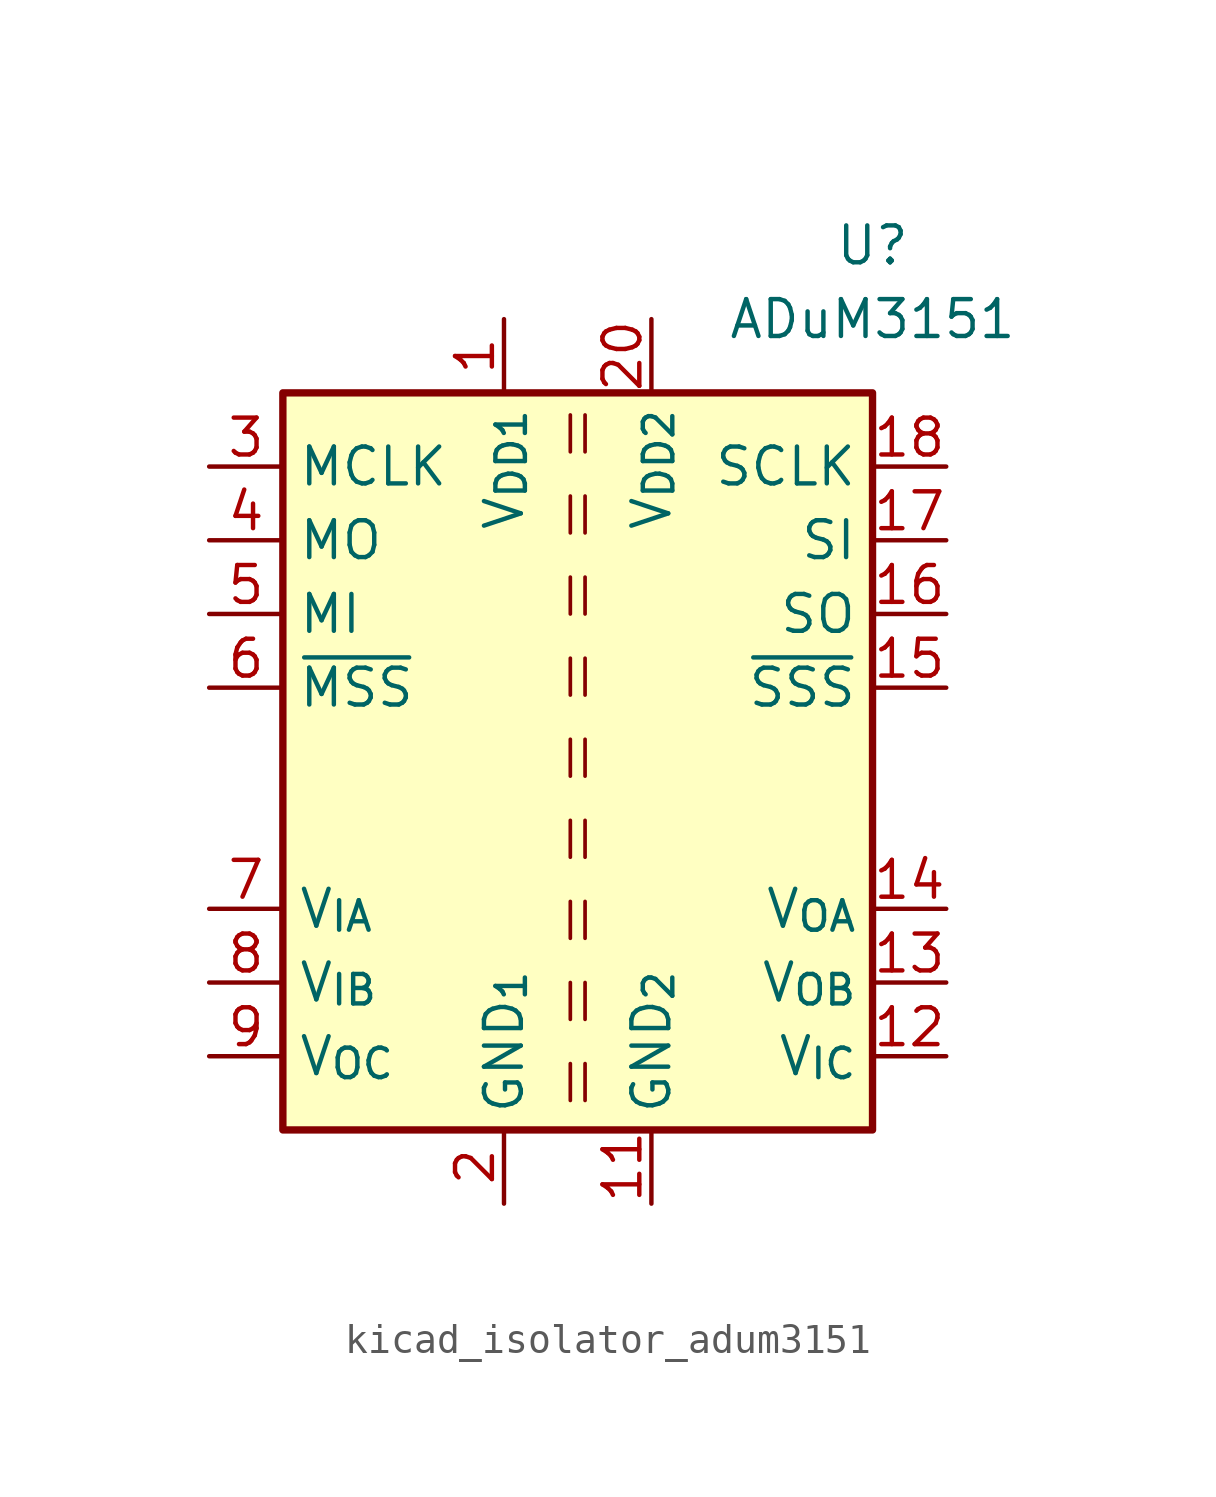
<source format=kicad_sym>
(kicad_symbol_lib
  (version 20220914)
  (generator kicad_symbol_editor)
  (symbol "kicad_isolator_adum3151"
    (property "Reference" "U"
      (at 10.16 17.78 0)
      (effects (font (size 1.27 1.27))))
    (property "Value" "ADuM3151"
      (at 10.16 15.24 0)
      (effects (font (size 1.27 1.27))))
    (symbol "kicad_isolator_adum3151_0_0"
      (rectangle (start -10.16 12.7) (end 10.16 -12.7) (stroke (width 0.254) (type default)) (fill (type background))))
    (symbol "kicad_isolator_adum3151_1_1"
      (polyline (pts (xy -0.254 -10.414) (xy -0.254 -11.684)) (stroke (width 0.127) (type default)) (fill (type none)))
      (polyline (pts (xy -0.254 -7.62) (xy -0.254 -8.89)) (stroke (width 0.127) (type default)) (fill (type none)))
      (polyline (pts (xy -0.254 -4.826) (xy -0.254 -6.096)) (stroke (width 0.127) (type default)) (fill (type none)))
      (polyline (pts (xy -0.254 -2.032) (xy -0.254 -3.302)) (stroke (width 0.127) (type default)) (fill (type none)))
      (polyline (pts (xy -0.254 0.762) (xy -0.254 -0.508)) (stroke (width 0.127) (type default)) (fill (type none)))
      (polyline (pts (xy -0.254 3.556) (xy -0.254 2.286)) (stroke (width 0.127) (type default)) (fill (type none)))
      (polyline (pts (xy -0.254 6.35) (xy -0.254 5.08)) (stroke (width 0.127) (type default)) (fill (type none)))
      (polyline (pts (xy -0.254 9.144) (xy -0.254 7.874)) (stroke (width 0.127) (type default)) (fill (type none)))
      (polyline (pts (xy -0.254 11.938) (xy -0.254 10.668)) (stroke (width 0.127) (type default)) (fill (type none)))
      (polyline (pts (xy 0.254 -10.414) (xy 0.254 -11.684)) (stroke (width 0.127) (type default)) (fill (type none)))
      (polyline (pts (xy 0.254 -7.62) (xy 0.254 -8.89)) (stroke (width 0.127) (type default)) (fill (type none)))
      (polyline (pts (xy 0.254 -4.826) (xy 0.254 -6.096)) (stroke (width 0.127) (type default)) (fill (type none)))
      (polyline (pts (xy 0.254 -2.032) (xy 0.254 -3.302)) (stroke (width 0.127) (type default)) (fill (type none)))
      (polyline (pts (xy 0.254 0.762) (xy 0.254 -0.508)) (stroke (width 0.127) (type default)) (fill (type none)))
      (polyline (pts (xy 0.254 3.556) (xy 0.254 2.286)) (stroke (width 0.127) (type default)) (fill (type none)))
      (polyline (pts (xy 0.254 6.35) (xy 0.254 5.08)) (stroke (width 0.127) (type default)) (fill (type none)))
      (polyline (pts (xy 0.254 9.144) (xy 0.254 7.874)) (stroke (width 0.127) (type default)) (fill (type none)))
      (polyline (pts (xy 0.254 11.938) (xy 0.254 10.668)) (stroke (width 0.127) (type default)) (fill (type none)))
      (pin power_in line (at -2.54 15.24 270) (length 2.54) (name "V_{DD1}" (effects (font (size 1.27 1.27)))) (number "1" (effects (font (size 1.27 1.27)))))
      (pin passive line (at -2.54 -15.24 90) (length 2.54) hide (name "GND_{1}" (effects (font (size 1.27 1.27)))) (number "10" (effects (font (size 1.27 1.27)))))
      (pin power_in line (at 2.54 -15.24 90) (length 2.54) (name "GND_{2}" (effects (font (size 1.27 1.27)))) (number "11" (effects (font (size 1.27 1.27)))))
      (pin input line (at 12.7 -10.16 180) (length 2.54) (name "V_{IC}" (effects (font (size 1.27 1.27)))) (number "12" (effects (font (size 1.27 1.27)))))
      (pin output line (at 12.7 -7.62 180) (length 2.54) (name "V_{OB}" (effects (font (size 1.27 1.27)))) (number "13" (effects (font (size 1.27 1.27)))))
      (pin output line (at 12.7 -5.08 180) (length 2.54) (name "V_{OA}" (effects (font (size 1.27 1.27)))) (number "14" (effects (font (size 1.27 1.27)))))
      (pin output line (at 12.7 2.54 180) (length 2.54) (name "~{SSS}" (effects (font (size 1.27 1.27)))) (number "15" (effects (font (size 1.27 1.27)))))
      (pin input line (at 12.7 5.08 180) (length 2.54) (name "SO" (effects (font (size 1.27 1.27)))) (number "16" (effects (font (size 1.27 1.27)))))
      (pin output line (at 12.7 7.62 180) (length 2.54) (name "SI" (effects (font (size 1.27 1.27)))) (number "17" (effects (font (size 1.27 1.27)))))
      (pin output line (at 12.7 10.16 180) (length 2.54) (name "SCLK" (effects (font (size 1.27 1.27)))) (number "18" (effects (font (size 1.27 1.27)))))
      (pin passive line (at 2.54 -15.24 90) (length 2.54) hide (name "GND_{2}" (effects (font (size 1.27 1.27)))) (number "19" (effects (font (size 1.27 1.27)))))
      (pin power_in line (at -2.54 -15.24 90) (length 2.54) (name "GND_{1}" (effects (font (size 1.27 1.27)))) (number "2" (effects (font (size 1.27 1.27)))))
      (pin power_in line (at 2.54 15.24 270) (length 2.54) (name "V_{DD2}" (effects (font (size 1.27 1.27)))) (number "20" (effects (font (size 1.27 1.27)))))
      (pin input line (at -12.7 10.16 0) (length 2.54) (name "MCLK" (effects (font (size 1.27 1.27)))) (number "3" (effects (font (size 1.27 1.27)))))
      (pin input line (at -12.7 7.62 0) (length 2.54) (name "MO" (effects (font (size 1.27 1.27)))) (number "4" (effects (font (size 1.27 1.27)))))
      (pin output line (at -12.7 5.08 0) (length 2.54) (name "MI" (effects (font (size 1.27 1.27)))) (number "5" (effects (font (size 1.27 1.27)))))
      (pin input line (at -12.7 2.54 0) (length 2.54) (name "~{MSS}" (effects (font (size 1.27 1.27)))) (number "6" (effects (font (size 1.27 1.27)))))
      (pin input line (at -12.7 -5.08 0) (length 2.54) (name "V_{IA}" (effects (font (size 1.27 1.27)))) (number "7" (effects (font (size 1.27 1.27)))))
      (pin input line (at -12.7 -7.62 0) (length 2.54) (name "V_{IB}" (effects (font (size 1.27 1.27)))) (number "8" (effects (font (size 1.27 1.27)))))
      (pin output line (at -12.7 -10.16 0) (length 2.54) (name "V_{OC}" (effects (font (size 1.27 1.27)))) (number "9" (effects (font (size 1.27 1.27))))))))
</source>
